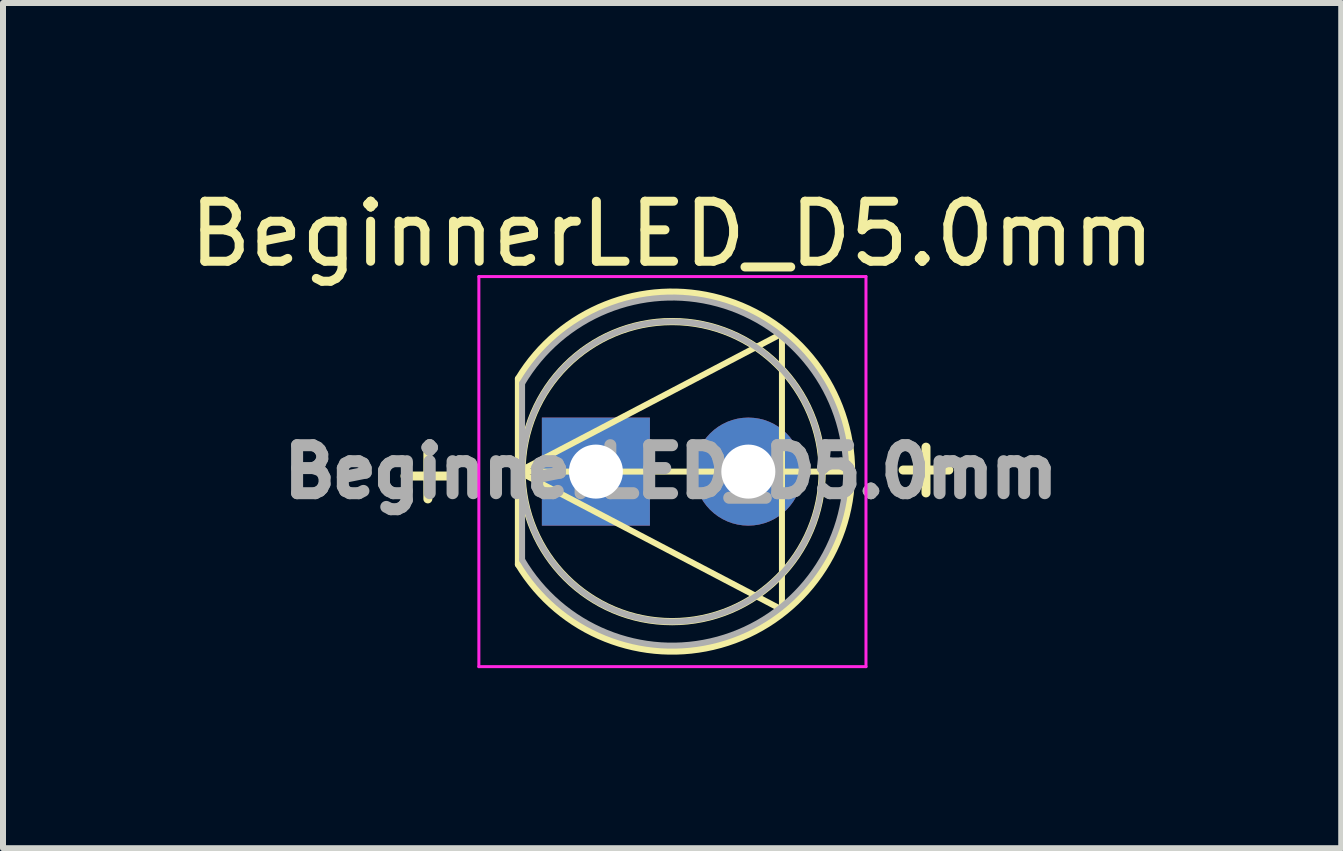
<source format=kicad_pcb>
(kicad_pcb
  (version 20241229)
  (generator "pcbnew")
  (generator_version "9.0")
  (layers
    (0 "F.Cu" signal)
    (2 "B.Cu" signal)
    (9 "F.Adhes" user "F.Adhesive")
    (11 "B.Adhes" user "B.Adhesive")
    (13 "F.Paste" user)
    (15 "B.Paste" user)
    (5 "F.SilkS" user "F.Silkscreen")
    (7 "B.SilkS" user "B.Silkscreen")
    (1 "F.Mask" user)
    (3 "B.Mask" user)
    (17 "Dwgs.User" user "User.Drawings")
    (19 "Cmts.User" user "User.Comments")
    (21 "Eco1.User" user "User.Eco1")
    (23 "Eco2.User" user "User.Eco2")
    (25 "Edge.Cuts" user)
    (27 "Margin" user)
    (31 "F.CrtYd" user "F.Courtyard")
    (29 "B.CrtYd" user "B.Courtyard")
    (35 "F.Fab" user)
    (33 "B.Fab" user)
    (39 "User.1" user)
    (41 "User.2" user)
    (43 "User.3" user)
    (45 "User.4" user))
  (footprint "BeginnerLED_D5.0mm"
    (layer "F.Cu")
    (at 6.879 4.808)
    (property "Reference" "BeginnerLED_D5.0mm" (at 1.27 -3.96 0) (layer "F.SilkS") (effects (font (size 1 1) (thickness 0.15))))
    (attr through_hole)
    (fp_line (start -1.29 -1.545) (end -1.29 1.545) (stroke (width 0.12) (type solid)) (layer "F.SilkS"))
    (fp_line (start -1.29 0) (end 3.1 -2.3) (stroke (width 0.1) (type default)) (layer "F.SilkS"))
    (fp_line (start 3.1 -2.3) (end 3.1 2.3) (stroke (width 0.1) (type default)) (layer "F.SilkS"))
    (fp_line (start 3.1 2.3) (end -1.29 0) (stroke (width 0.1) (type default)) (layer "F.SilkS"))
    (fp_line (start 4.26 -0.000462) (end -1.29 0) (stroke (width 0.1) (type default)) (layer "F.SilkS"))
    (fp_arc (start -1.29 -1.54483) (mid 2.072002 -2.880433) (end 4.26 0.000462) (stroke (width 0.12) (type solid)) (layer "F.SilkS"))
    (fp_arc (start 4.26 -0.000462) (mid 2.072002 2.880433) (end -1.29 1.54483) (stroke (width 0.12) (type solid)) (layer "F.SilkS"))
    (fp_circle (center 1.27 0) (end 3.77 0) (stroke (width 0.12) (type solid)) (fill no) (layer "F.SilkS"))
    (fp_line (start -1.95 -3.25) (end -1.95 3.25) (stroke (width 0.05) (type solid)) (layer "F.CrtYd"))
    (fp_line (start -1.95 3.25) (end 4.5 3.25) (stroke (width 0.05) (type solid)) (layer "F.CrtYd"))
    (fp_line (start 4.5 -3.25) (end -1.95 -3.25) (stroke (width 0.05) (type solid)) (layer "F.CrtYd"))
    (fp_line (start 4.5 3.25) (end 4.5 -3.25) (stroke (width 0.05) (type solid)) (layer "F.CrtYd"))
    (fp_line (start -1.23 -1.47) (end -1.23 1.47) (stroke (width 0.1) (type solid)) (layer "F.Fab"))
    (fp_arc (start -1.23 -1.469694) (mid 4.17 0.000016) (end -1.230016 1.469666) (stroke (width 0.1) (type solid)) (layer "F.Fab"))
    (fp_circle (center 1.27 0) (end 3.77 0) (stroke (width 0.1) (type solid)) (fill no) (layer "F.Fab"))
    (fp_text user "+" (at -2.8 0 0) (layer "F.SilkS") (effects (font (size 1 1) (thickness 0.15))))
    (fp_text user "+" (at 5.5 -0.1 0) (layer "F.SilkS") (effects (font (size 1 1) (thickness 0.15))))
    (fp_text user "${REFERENCE}" (at 1.25 0 0) (layer "F.Fab") (effects (font (size 0.8 0.8) (thickness 0.2))))
    (pad "1" thru_hole rect (at 0 0) (size 1.8 1.8) (drill 0.9) (layers "*.Cu" "*.Mask"))
    (pad "2" thru_hole circle (at 2.54 0) (size 1.8 1.8) (drill 0.9) (layers "*.Cu" "*.Mask")))
  (gr_rect
    (start -3 -3)
    (end 19.298 11.083)
    (stroke (width 0.1) (type default))
    (fill no)
    (layer "Edge.Cuts")))
</source>
